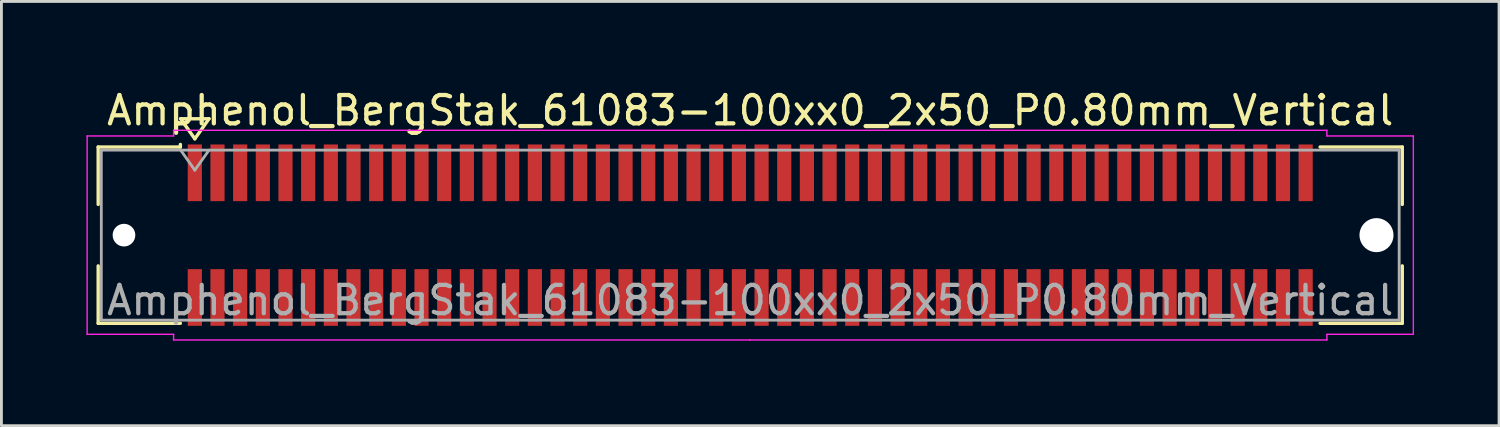
<source format=kicad_pcb>
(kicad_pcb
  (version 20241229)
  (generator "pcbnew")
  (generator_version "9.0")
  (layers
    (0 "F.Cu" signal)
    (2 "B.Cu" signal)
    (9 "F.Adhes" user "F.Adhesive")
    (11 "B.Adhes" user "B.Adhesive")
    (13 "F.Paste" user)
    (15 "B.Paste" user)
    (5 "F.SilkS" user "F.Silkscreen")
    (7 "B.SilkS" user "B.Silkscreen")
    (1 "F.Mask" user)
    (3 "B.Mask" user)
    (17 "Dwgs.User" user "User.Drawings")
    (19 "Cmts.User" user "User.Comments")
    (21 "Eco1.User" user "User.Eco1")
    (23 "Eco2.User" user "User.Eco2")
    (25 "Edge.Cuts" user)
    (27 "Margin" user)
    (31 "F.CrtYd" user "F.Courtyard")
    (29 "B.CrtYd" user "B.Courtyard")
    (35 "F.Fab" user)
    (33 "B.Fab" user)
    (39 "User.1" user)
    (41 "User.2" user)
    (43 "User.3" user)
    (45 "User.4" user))
  (footprint "Amphenol_BergStak_61083-100xx0_2x50_P0.80mm_Vertical"
    (layer "F.Cu")
    (at 23.425 5.248)
    (property "Reference" "Amphenol_BergStak_61083-100xx0_2x50_P0.80mm_Vertical" (at 0 -4.4 0) (layer "F.SilkS") (effects (font (size 1 1) (thickness 0.15))))
    (attr smd)
    (fp_line (start -23.01 -3.11) (end -20.11 -3.11) (stroke (width 0.12) (type solid)) (layer "F.SilkS"))
    (fp_line (start -23.01 -1.085) (end -23.01 -3.11) (stroke (width 0.12) (type solid)) (layer "F.SilkS"))
    (fp_line (start -23.01 1.085) (end -23.01 3.11) (stroke (width 0.12) (type solid)) (layer "F.SilkS"))
    (fp_line (start -23.01 3.11) (end -20.11 3.11) (stroke (width 0.12) (type solid)) (layer "F.SilkS"))
    (fp_line (start -20.11 -3.11) (end -20.11 -3.2) (stroke (width 0.12) (type solid)) (layer "F.SilkS"))
    (fp_line (start -20.1 -4.107) (end -19.6 -3.4) (stroke (width 0.12) (type solid)) (layer "F.SilkS"))
    (fp_line (start -19.6 -3.4) (end -19.1 -4.107) (stroke (width 0.12) (type solid)) (layer "F.SilkS"))
    (fp_line (start -19.1 -4.107) (end -20.1 -4.107) (stroke (width 0.12) (type solid)) (layer "F.SilkS"))
    (fp_line (start 23.01 -3.11) (end 20.11 -3.11) (stroke (width 0.12) (type solid)) (layer "F.SilkS"))
    (fp_line (start 23.01 -1.085) (end 23.01 -3.11) (stroke (width 0.12) (type solid)) (layer "F.SilkS"))
    (fp_line (start 23.01 1.085) (end 23.01 3.11) (stroke (width 0.12) (type solid)) (layer "F.SilkS"))
    (fp_line (start 23.01 3.11) (end 20.11 3.11) (stroke (width 0.12) (type solid)) (layer "F.SilkS"))
    (fp_line (start -23.4 -3.5) (end -23.4 3.5) (stroke (width 0.05) (type solid)) (layer "F.CrtYd"))
    (fp_line (start -23.4 3.5) (end -20.35 3.5) (stroke (width 0.05) (type solid)) (layer "F.CrtYd"))
    (fp_line (start -20.35 -3.7) (end -20.35 -3.5) (stroke (width 0.05) (type solid)) (layer "F.CrtYd"))
    (fp_line (start -20.35 -3.5) (end -23.4 -3.5) (stroke (width 0.05) (type solid)) (layer "F.CrtYd"))
    (fp_line (start -20.35 3.5) (end -20.35 3.7) (stroke (width 0.05) (type solid)) (layer "F.CrtYd"))
    (fp_line (start -20.35 3.7) (end 0 3.7) (stroke (width 0.05) (type solid)) (layer "F.CrtYd"))
    (fp_line (start 0 -3.7) (end -20.35 -3.7) (stroke (width 0.05) (type solid)) (layer "F.CrtYd"))
    (fp_line (start 0 -3.7) (end 20.35 -3.7) (stroke (width 0.05) (type solid)) (layer "F.CrtYd"))
    (fp_line (start 20.35 -3.7) (end 20.35 -3.5) (stroke (width 0.05) (type solid)) (layer "F.CrtYd"))
    (fp_line (start 20.35 -3.5) (end 23.4 -3.5) (stroke (width 0.05) (type solid)) (layer "F.CrtYd"))
    (fp_line (start 20.35 3.5) (end 20.35 3.7) (stroke (width 0.05) (type solid)) (layer "F.CrtYd"))
    (fp_line (start 20.35 3.7) (end 0 3.7) (stroke (width 0.05) (type solid)) (layer "F.CrtYd"))
    (fp_line (start 23.4 -3.5) (end 23.4 3.5) (stroke (width 0.05) (type solid)) (layer "F.CrtYd"))
    (fp_line (start 23.4 3.5) (end 20.35 3.5) (stroke (width 0.05) (type solid)) (layer "F.CrtYd"))
    (fp_line (start -22.9 -3) (end -22.9 3) (stroke (width 0.1) (type solid)) (layer "F.Fab"))
    (fp_line (start -22.9 3) (end 22.9 3) (stroke (width 0.1) (type solid)) (layer "F.Fab"))
    (fp_line (start -20.1 -3) (end -19.6 -2.293) (stroke (width 0.1) (type solid)) (layer "F.Fab"))
    (fp_line (start -19.6 -2.293) (end -19.1 -3) (stroke (width 0.1) (type solid)) (layer "F.Fab"))
    (fp_line (start 22.9 -3) (end -22.9 -3) (stroke (width 0.1) (type solid)) (layer "F.Fab"))
    (fp_line (start 22.9 3) (end 22.9 -3) (stroke (width 0.1) (type solid)) (layer "F.Fab"))
    (fp_text user "${REFERENCE}" (at 0 2.3 0) (layer "F.Fab") (effects (font (size 1 1) (thickness 0.15))))
    (pad "" np_thru_hole circle (at -22.1 0) (size 0.8 0.8) (drill 0.8) (layers "*.Cu" "*.Mask"))
    (pad "" np_thru_hole circle (at 22.1 0) (size 1.2 1.2) (drill 1.2) (layers "*.Cu" "*.Mask"))
    (pad "1" smd rect (at -19.6 -2.2) (size 0.5 2) (layers "F.Cu" "F.Mask" "F.Paste"))
    (pad "2" smd rect (at -19.6 2.2) (size 0.5 2) (layers "F.Cu" "F.Mask" "F.Paste"))
    (pad "3" smd rect (at -18.8 -2.2) (size 0.5 2) (layers "F.Cu" "F.Mask" "F.Paste"))
    (pad "4" smd rect (at -18.8 2.2) (size 0.5 2) (layers "F.Cu" "F.Mask" "F.Paste"))
    (pad "5" smd rect (at -18 -2.2) (size 0.5 2) (layers "F.Cu" "F.Mask" "F.Paste"))
    (pad "6" smd rect (at -18 2.2) (size 0.5 2) (layers "F.Cu" "F.Mask" "F.Paste"))
    (pad "7" smd rect (at -17.2 -2.2) (size 0.5 2) (layers "F.Cu" "F.Mask" "F.Paste"))
    (pad "8" smd rect (at -17.2 2.2) (size 0.5 2) (layers "F.Cu" "F.Mask" "F.Paste"))
    (pad "9" smd rect (at -16.4 -2.2) (size 0.5 2) (layers "F.Cu" "F.Mask" "F.Paste"))
    (pad "10" smd rect (at -16.4 2.2) (size 0.5 2) (layers "F.Cu" "F.Mask" "F.Paste"))
    (pad "11" smd rect (at -15.6 -2.2) (size 0.5 2) (layers "F.Cu" "F.Mask" "F.Paste"))
    (pad "12" smd rect (at -15.6 2.2) (size 0.5 2) (layers "F.Cu" "F.Mask" "F.Paste"))
    (pad "13" smd rect (at -14.8 -2.2) (size 0.5 2) (layers "F.Cu" "F.Mask" "F.Paste"))
    (pad "14" smd rect (at -14.8 2.2) (size 0.5 2) (layers "F.Cu" "F.Mask" "F.Paste"))
    (pad "15" smd rect (at -14 -2.2) (size 0.5 2) (layers "F.Cu" "F.Mask" "F.Paste"))
    (pad "16" smd rect (at -14 2.2) (size 0.5 2) (layers "F.Cu" "F.Mask" "F.Paste"))
    (pad "17" smd rect (at -13.2 -2.2) (size 0.5 2) (layers "F.Cu" "F.Mask" "F.Paste"))
    (pad "18" smd rect (at -13.2 2.2) (size 0.5 2) (layers "F.Cu" "F.Mask" "F.Paste"))
    (pad "19" smd rect (at -12.4 -2.2) (size 0.5 2) (layers "F.Cu" "F.Mask" "F.Paste"))
    (pad "20" smd rect (at -12.4 2.2) (size 0.5 2) (layers "F.Cu" "F.Mask" "F.Paste"))
    (pad "21" smd rect (at -11.6 -2.2) (size 0.5 2) (layers "F.Cu" "F.Mask" "F.Paste"))
    (pad "22" smd rect (at -11.6 2.2) (size 0.5 2) (layers "F.Cu" "F.Mask" "F.Paste"))
    (pad "23" smd rect (at -10.8 -2.2) (size 0.5 2) (layers "F.Cu" "F.Mask" "F.Paste"))
    (pad "24" smd rect (at -10.8 2.2) (size 0.5 2) (layers "F.Cu" "F.Mask" "F.Paste"))
    (pad "25" smd rect (at -10 -2.2) (size 0.5 2) (layers "F.Cu" "F.Mask" "F.Paste"))
    (pad "26" smd rect (at -10 2.2) (size 0.5 2) (layers "F.Cu" "F.Mask" "F.Paste"))
    (pad "27" smd rect (at -9.2 -2.2) (size 0.5 2) (layers "F.Cu" "F.Mask" "F.Paste"))
    (pad "28" smd rect (at -9.2 2.2) (size 0.5 2) (layers "F.Cu" "F.Mask" "F.Paste"))
    (pad "29" smd rect (at -8.4 -2.2) (size 0.5 2) (layers "F.Cu" "F.Mask" "F.Paste"))
    (pad "30" smd rect (at -8.4 2.2) (size 0.5 2) (layers "F.Cu" "F.Mask" "F.Paste"))
    (pad "31" smd rect (at -7.6 -2.2) (size 0.5 2) (layers "F.Cu" "F.Mask" "F.Paste"))
    (pad "32" smd rect (at -7.6 2.2) (size 0.5 2) (layers "F.Cu" "F.Mask" "F.Paste"))
    (pad "33" smd rect (at -6.8 -2.2) (size 0.5 2) (layers "F.Cu" "F.Mask" "F.Paste"))
    (pad "34" smd rect (at -6.8 2.2) (size 0.5 2) (layers "F.Cu" "F.Mask" "F.Paste"))
    (pad "35" smd rect (at -6 -2.2) (size 0.5 2) (layers "F.Cu" "F.Mask" "F.Paste"))
    (pad "36" smd rect (at -6 2.2) (size 0.5 2) (layers "F.Cu" "F.Mask" "F.Paste"))
    (pad "37" smd rect (at -5.2 -2.2) (size 0.5 2) (layers "F.Cu" "F.Mask" "F.Paste"))
    (pad "38" smd rect (at -5.2 2.2) (size 0.5 2) (layers "F.Cu" "F.Mask" "F.Paste"))
    (pad "39" smd rect (at -4.4 -2.2) (size 0.5 2) (layers "F.Cu" "F.Mask" "F.Paste"))
    (pad "40" smd rect (at -4.4 2.2) (size 0.5 2) (layers "F.Cu" "F.Mask" "F.Paste"))
    (pad "41" smd rect (at -3.6 -2.2) (size 0.5 2) (layers "F.Cu" "F.Mask" "F.Paste"))
    (pad "42" smd rect (at -3.6 2.2) (size 0.5 2) (layers "F.Cu" "F.Mask" "F.Paste"))
    (pad "43" smd rect (at -2.8 -2.2) (size 0.5 2) (layers "F.Cu" "F.Mask" "F.Paste"))
    (pad "44" smd rect (at -2.8 2.2) (size 0.5 2) (layers "F.Cu" "F.Mask" "F.Paste"))
    (pad "45" smd rect (at -2 -2.2) (size 0.5 2) (layers "F.Cu" "F.Mask" "F.Paste"))
    (pad "46" smd rect (at -2 2.2) (size 0.5 2) (layers "F.Cu" "F.Mask" "F.Paste"))
    (pad "47" smd rect (at -1.2 -2.2) (size 0.5 2) (layers "F.Cu" "F.Mask" "F.Paste"))
    (pad "48" smd rect (at -1.2 2.2) (size 0.5 2) (layers "F.Cu" "F.Mask" "F.Paste"))
    (pad "49" smd rect (at -0.4 -2.2) (size 0.5 2) (layers "F.Cu" "F.Mask" "F.Paste"))
    (pad "50" smd rect (at -0.4 2.2) (size 0.5 2) (layers "F.Cu" "F.Mask" "F.Paste"))
    (pad "51" smd rect (at 0.4 -2.2) (size 0.5 2) (layers "F.Cu" "F.Mask" "F.Paste"))
    (pad "52" smd rect (at 0.4 2.2) (size 0.5 2) (layers "F.Cu" "F.Mask" "F.Paste"))
    (pad "53" smd rect (at 1.2 -2.2) (size 0.5 2) (layers "F.Cu" "F.Mask" "F.Paste"))
    (pad "54" smd rect (at 1.2 2.2) (size 0.5 2) (layers "F.Cu" "F.Mask" "F.Paste"))
    (pad "55" smd rect (at 2 -2.2) (size 0.5 2) (layers "F.Cu" "F.Mask" "F.Paste"))
    (pad "56" smd rect (at 2 2.2) (size 0.5 2) (layers "F.Cu" "F.Mask" "F.Paste"))
    (pad "57" smd rect (at 2.8 -2.2) (size 0.5 2) (layers "F.Cu" "F.Mask" "F.Paste"))
    (pad "58" smd rect (at 2.8 2.2) (size 0.5 2) (layers "F.Cu" "F.Mask" "F.Paste"))
    (pad "59" smd rect (at 3.6 -2.2) (size 0.5 2) (layers "F.Cu" "F.Mask" "F.Paste"))
    (pad "60" smd rect (at 3.6 2.2) (size 0.5 2) (layers "F.Cu" "F.Mask" "F.Paste"))
    (pad "61" smd rect (at 4.4 -2.2) (size 0.5 2) (layers "F.Cu" "F.Mask" "F.Paste"))
    (pad "62" smd rect (at 4.4 2.2) (size 0.5 2) (layers "F.Cu" "F.Mask" "F.Paste"))
    (pad "63" smd rect (at 5.2 -2.2) (size 0.5 2) (layers "F.Cu" "F.Mask" "F.Paste"))
    (pad "64" smd rect (at 5.2 2.2) (size 0.5 2) (layers "F.Cu" "F.Mask" "F.Paste"))
    (pad "65" smd rect (at 6 -2.2) (size 0.5 2) (layers "F.Cu" "F.Mask" "F.Paste"))
    (pad "66" smd rect (at 6 2.2) (size 0.5 2) (layers "F.Cu" "F.Mask" "F.Paste"))
    (pad "67" smd rect (at 6.8 -2.2) (size 0.5 2) (layers "F.Cu" "F.Mask" "F.Paste"))
    (pad "68" smd rect (at 6.8 2.2) (size 0.5 2) (layers "F.Cu" "F.Mask" "F.Paste"))
    (pad "69" smd rect (at 7.6 -2.2) (size 0.5 2) (layers "F.Cu" "F.Mask" "F.Paste"))
    (pad "70" smd rect (at 7.6 2.2) (size 0.5 2) (layers "F.Cu" "F.Mask" "F.Paste"))
    (pad "71" smd rect (at 8.4 -2.2) (size 0.5 2) (layers "F.Cu" "F.Mask" "F.Paste"))
    (pad "72" smd rect (at 8.4 2.2) (size 0.5 2) (layers "F.Cu" "F.Mask" "F.Paste"))
    (pad "73" smd rect (at 9.2 -2.2) (size 0.5 2) (layers "F.Cu" "F.Mask" "F.Paste"))
    (pad "74" smd rect (at 9.2 2.2) (size 0.5 2) (layers "F.Cu" "F.Mask" "F.Paste"))
    (pad "75" smd rect (at 10 -2.2) (size 0.5 2) (layers "F.Cu" "F.Mask" "F.Paste"))
    (pad "76" smd rect (at 10 2.2) (size 0.5 2) (layers "F.Cu" "F.Mask" "F.Paste"))
    (pad "77" smd rect (at 10.8 -2.2) (size 0.5 2) (layers "F.Cu" "F.Mask" "F.Paste"))
    (pad "78" smd rect (at 10.8 2.2) (size 0.5 2) (layers "F.Cu" "F.Mask" "F.Paste"))
    (pad "79" smd rect (at 11.6 -2.2) (size 0.5 2) (layers "F.Cu" "F.Mask" "F.Paste"))
    (pad "80" smd rect (at 11.6 2.2) (size 0.5 2) (layers "F.Cu" "F.Mask" "F.Paste"))
    (pad "81" smd rect (at 12.4 -2.2) (size 0.5 2) (layers "F.Cu" "F.Mask" "F.Paste"))
    (pad "82" smd rect (at 12.4 2.2) (size 0.5 2) (layers "F.Cu" "F.Mask" "F.Paste"))
    (pad "83" smd rect (at 13.2 -2.2) (size 0.5 2) (layers "F.Cu" "F.Mask" "F.Paste"))
    (pad "84" smd rect (at 13.2 2.2) (size 0.5 2) (layers "F.Cu" "F.Mask" "F.Paste"))
    (pad "85" smd rect (at 14 -2.2) (size 0.5 2) (layers "F.Cu" "F.Mask" "F.Paste"))
    (pad "86" smd rect (at 14 2.2) (size 0.5 2) (layers "F.Cu" "F.Mask" "F.Paste"))
    (pad "87" smd rect (at 14.8 -2.2) (size 0.5 2) (layers "F.Cu" "F.Mask" "F.Paste"))
    (pad "88" smd rect (at 14.8 2.2) (size 0.5 2) (layers "F.Cu" "F.Mask" "F.Paste"))
    (pad "89" smd rect (at 15.6 -2.2) (size 0.5 2) (layers "F.Cu" "F.Mask" "F.Paste"))
    (pad "90" smd rect (at 15.6 2.2) (size 0.5 2) (layers "F.Cu" "F.Mask" "F.Paste"))
    (pad "91" smd rect (at 16.4 -2.2) (size 0.5 2) (layers "F.Cu" "F.Mask" "F.Paste"))
    (pad "92" smd rect (at 16.4 2.2) (size 0.5 2) (layers "F.Cu" "F.Mask" "F.Paste"))
    (pad "93" smd rect (at 17.2 -2.2) (size 0.5 2) (layers "F.Cu" "F.Mask" "F.Paste"))
    (pad "94" smd rect (at 17.2 2.2) (size 0.5 2) (layers "F.Cu" "F.Mask" "F.Paste"))
    (pad "95" smd rect (at 18 -2.2) (size 0.5 2) (layers "F.Cu" "F.Mask" "F.Paste"))
    (pad "96" smd rect (at 18 2.2) (size 0.5 2) (layers "F.Cu" "F.Mask" "F.Paste"))
    (pad "97" smd rect (at 18.8 -2.2) (size 0.5 2) (layers "F.Cu" "F.Mask" "F.Paste"))
    (pad "98" smd rect (at 18.8 2.2) (size 0.5 2) (layers "F.Cu" "F.Mask" "F.Paste"))
    (pad "99" smd rect (at 19.6 -2.2) (size 0.5 2) (layers "F.Cu" "F.Mask" "F.Paste"))
    (pad "100" smd rect (at 19.6 2.2) (size 0.5 2) (layers "F.Cu" "F.Mask" "F.Paste")))
  (gr_rect
    (start -3 -3)
    (end 49.85 11.973)
    (stroke (width 0.1) (type default))
    (fill no)
    (layer "Edge.Cuts")))
</source>
